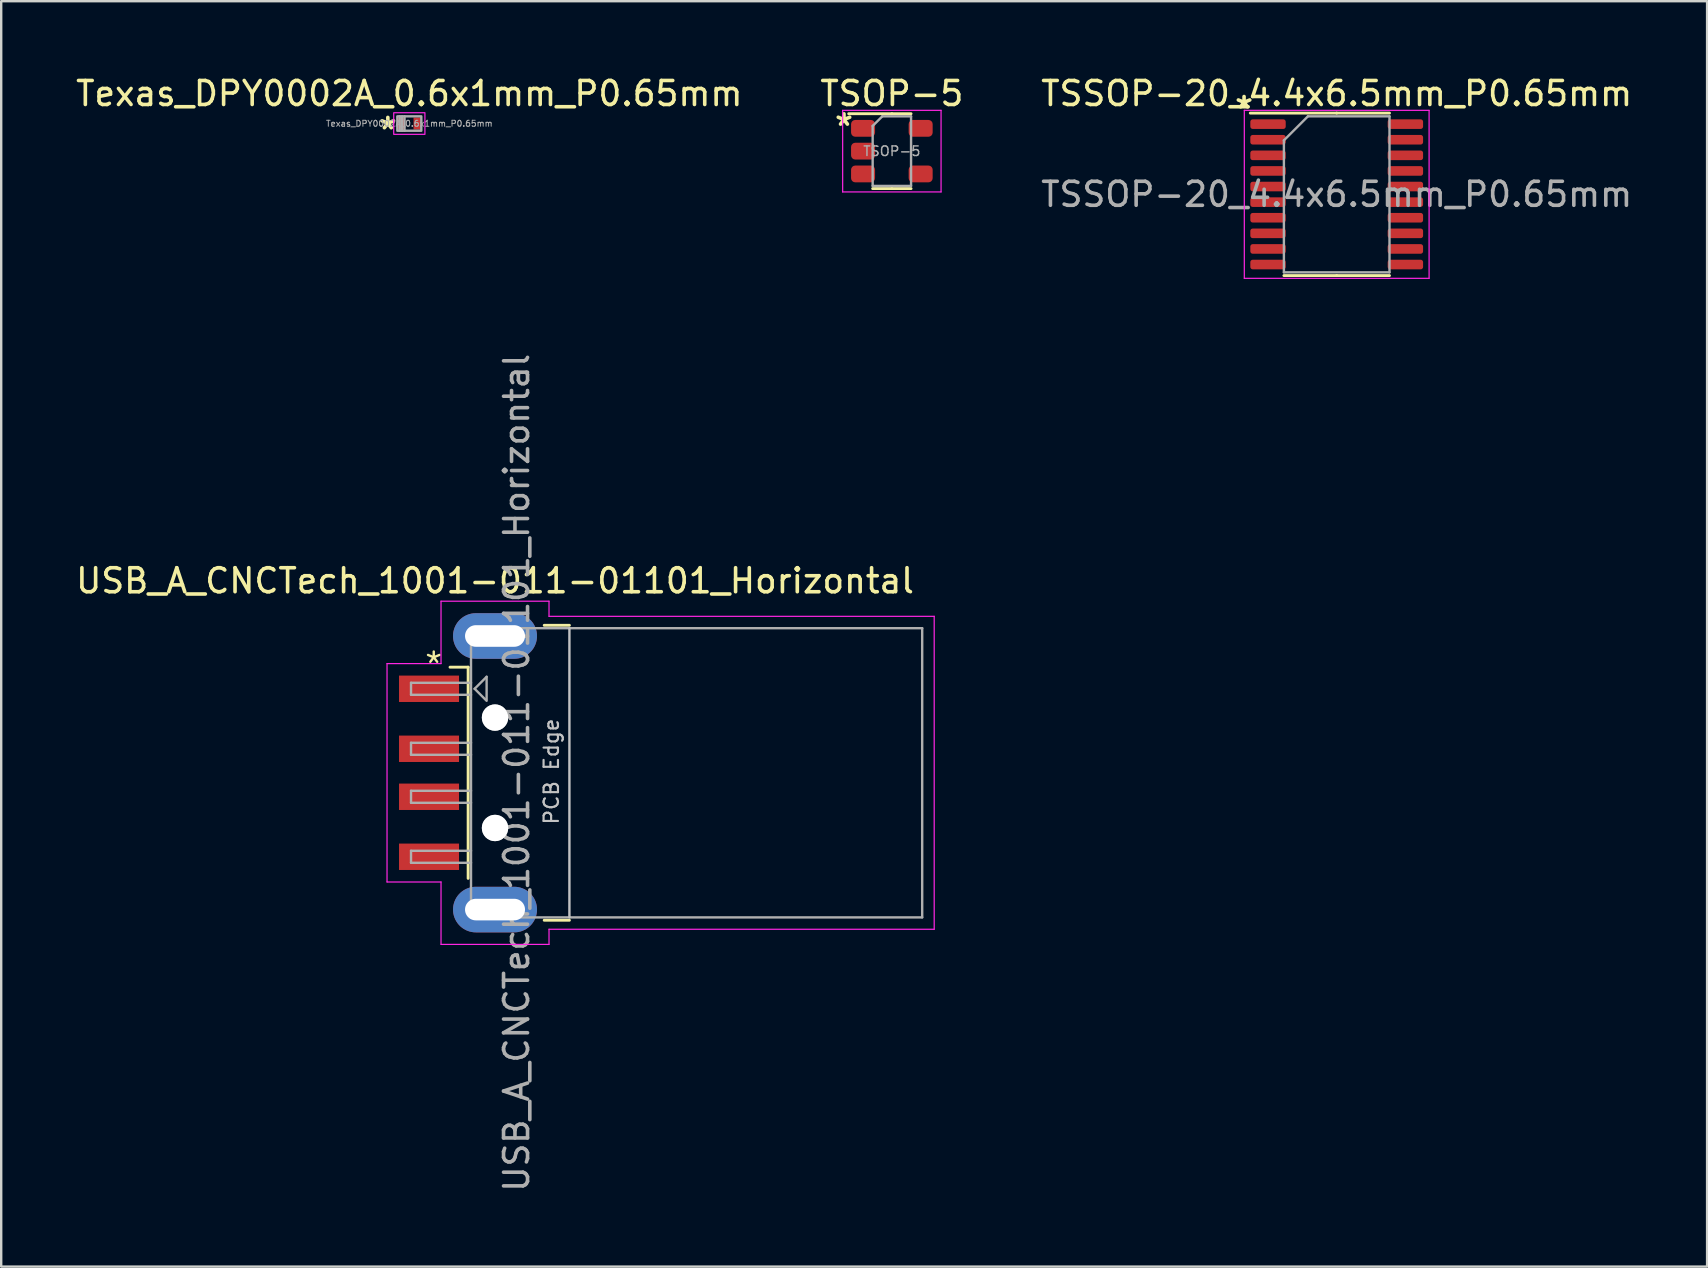
<source format=kicad_pcb>
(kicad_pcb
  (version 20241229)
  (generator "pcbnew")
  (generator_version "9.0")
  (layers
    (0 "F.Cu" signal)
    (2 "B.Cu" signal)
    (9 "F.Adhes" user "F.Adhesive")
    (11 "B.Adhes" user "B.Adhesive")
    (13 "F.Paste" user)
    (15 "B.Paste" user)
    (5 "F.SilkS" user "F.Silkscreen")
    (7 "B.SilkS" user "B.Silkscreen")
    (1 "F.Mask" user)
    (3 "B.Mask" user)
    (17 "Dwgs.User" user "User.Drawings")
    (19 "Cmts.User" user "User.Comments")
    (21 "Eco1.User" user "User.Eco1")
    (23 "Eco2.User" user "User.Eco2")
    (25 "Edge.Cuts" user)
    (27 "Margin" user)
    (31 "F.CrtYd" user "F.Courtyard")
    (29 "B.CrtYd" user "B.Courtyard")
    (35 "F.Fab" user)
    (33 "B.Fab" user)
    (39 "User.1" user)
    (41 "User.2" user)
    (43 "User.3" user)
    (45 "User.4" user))
  (footprint "TSSOP-20_4.4x6.5mm_P0.65mm"
    (layer "F.Cu")
    (at 52.649 5.048)
    (property "Reference" "TSSOP-20_4.4x6.5mm_P0.65mm" (at 0 -4.2 0) (layer "F.SilkS") (effects (font (size 1 1) (thickness 0.15))))
    (attr smd)
    (fp_line (start 0 -3.385) (end -3.6 -3.385) (stroke (width 0.12) (type solid)) (layer "F.SilkS"))
    (fp_line (start 0 -3.385) (end 2.2 -3.385) (stroke (width 0.12) (type solid)) (layer "F.SilkS"))
    (fp_line (start 0 3.385) (end -2.2 3.385) (stroke (width 0.12) (type solid)) (layer "F.SilkS"))
    (fp_line (start 0 3.385) (end 2.2 3.385) (stroke (width 0.12) (type solid)) (layer "F.SilkS"))
    (fp_line (start -3.85 -3.5) (end -3.85 3.5) (stroke (width 0.05) (type solid)) (layer "F.CrtYd"))
    (fp_line (start -3.85 3.5) (end 3.85 3.5) (stroke (width 0.05) (type solid)) (layer "F.CrtYd"))
    (fp_line (start 3.85 -3.5) (end -3.85 -3.5) (stroke (width 0.05) (type solid)) (layer "F.CrtYd"))
    (fp_line (start 3.85 3.5) (end 3.85 -3.5) (stroke (width 0.05) (type solid)) (layer "F.CrtYd"))
    (fp_line (start -2.2 -2.25) (end -1.2 -3.25) (stroke (width 0.1) (type solid)) (layer "F.Fab"))
    (fp_line (start -2.2 3.25) (end -2.2 -2.25) (stroke (width 0.1) (type solid)) (layer "F.Fab"))
    (fp_line (start -1.2 -3.25) (end 2.2 -3.25) (stroke (width 0.1) (type solid)) (layer "F.Fab"))
    (fp_line (start 2.2 -3.25) (end 2.2 3.25) (stroke (width 0.1) (type solid)) (layer "F.Fab"))
    (fp_line (start 2.2 3.25) (end -2.2 3.25) (stroke (width 0.1) (type solid)) (layer "F.Fab"))
    (fp_text user "*" (at -3.86 -3.53 0) (layer "F.SilkS") (effects (font (size 1 1) (thickness 0.15))))
    (fp_text user "${REFERENCE}" (at 0 0 0) (layer "F.Fab") (effects (font (size 1 1) (thickness 0.15))))
    (pad "1" smd roundrect (at -2.862 -2.925) (size 1.475 0.4) (layers "F.Cu" "F.Mask" "F.Paste") (roundrect_rratio 0.25))
    (pad "2" smd roundrect (at -2.862 -2.275) (size 1.475 0.4) (layers "F.Cu" "F.Mask" "F.Paste") (roundrect_rratio 0.25))
    (pad "3" smd roundrect (at -2.862 -1.625) (size 1.475 0.4) (layers "F.Cu" "F.Mask" "F.Paste") (roundrect_rratio 0.25))
    (pad "4" smd roundrect (at -2.862 -0.975) (size 1.475 0.4) (layers "F.Cu" "F.Mask" "F.Paste") (roundrect_rratio 0.25))
    (pad "5" smd roundrect (at -2.862 -0.325) (size 1.475 0.4) (layers "F.Cu" "F.Mask" "F.Paste") (roundrect_rratio 0.25))
    (pad "6" smd roundrect (at -2.862 0.325) (size 1.475 0.4) (layers "F.Cu" "F.Mask" "F.Paste") (roundrect_rratio 0.25))
    (pad "7" smd roundrect (at -2.862 0.975) (size 1.475 0.4) (layers "F.Cu" "F.Mask" "F.Paste") (roundrect_rratio 0.25))
    (pad "8" smd roundrect (at -2.862 1.625) (size 1.475 0.4) (layers "F.Cu" "F.Mask" "F.Paste") (roundrect_rratio 0.25))
    (pad "9" smd roundrect (at -2.862 2.275) (size 1.475 0.4) (layers "F.Cu" "F.Mask" "F.Paste") (roundrect_rratio 0.25))
    (pad "10" smd roundrect (at -2.862 2.925) (size 1.475 0.4) (layers "F.Cu" "F.Mask" "F.Paste") (roundrect_rratio 0.25))
    (pad "11" smd roundrect (at 2.862 2.925) (size 1.475 0.4) (layers "F.Cu" "F.Mask" "F.Paste") (roundrect_rratio 0.25))
    (pad "12" smd roundrect (at 2.862 2.275) (size 1.475 0.4) (layers "F.Cu" "F.Mask" "F.Paste") (roundrect_rratio 0.25))
    (pad "13" smd roundrect (at 2.862 1.625) (size 1.475 0.4) (layers "F.Cu" "F.Mask" "F.Paste") (roundrect_rratio 0.25))
    (pad "14" smd roundrect (at 2.862 0.975) (size 1.475 0.4) (layers "F.Cu" "F.Mask" "F.Paste") (roundrect_rratio 0.25))
    (pad "15" smd roundrect (at 2.862 0.325) (size 1.475 0.4) (layers "F.Cu" "F.Mask" "F.Paste") (roundrect_rratio 0.25))
    (pad "16" smd roundrect (at 2.862 -0.325) (size 1.475 0.4) (layers "F.Cu" "F.Mask" "F.Paste") (roundrect_rratio 0.25))
    (pad "17" smd roundrect (at 2.862 -0.975) (size 1.475 0.4) (layers "F.Cu" "F.Mask" "F.Paste") (roundrect_rratio 0.25))
    (pad "18" smd roundrect (at 2.862 -1.625) (size 1.475 0.4) (layers "F.Cu" "F.Mask" "F.Paste") (roundrect_rratio 0.25))
    (pad "19" smd roundrect (at 2.862 -2.275) (size 1.475 0.4) (layers "F.Cu" "F.Mask" "F.Paste") (roundrect_rratio 0.25))
    (pad "20" smd roundrect (at 2.862 -2.925) (size 1.475 0.4) (layers "F.Cu" "F.Mask" "F.Paste") (roundrect_rratio 0.25)))
  (footprint "TSOP-5"
    (layer "F.Cu")
    (at 34.113 3.248)
    (property "Reference" "TSOP-5" (at 0 -2.4 0) (layer "F.SilkS") (effects (font (size 1 1) (thickness 0.15))))
    (attr smd)
    (fp_line (start 0 -1.56) (end -1.8 -1.56) (stroke (width 0.12) (type solid)) (layer "F.SilkS"))
    (fp_line (start 0 -1.56) (end 0.8 -1.56) (stroke (width 0.12) (type solid)) (layer "F.SilkS"))
    (fp_line (start 0 1.56) (end -0.8 1.56) (stroke (width 0.12) (type solid)) (layer "F.SilkS"))
    (fp_line (start 0 1.56) (end 0.8 1.56) (stroke (width 0.12) (type solid)) (layer "F.SilkS"))
    (fp_line (start -2.05 -1.7) (end -2.05 1.7) (stroke (width 0.05) (type solid)) (layer "F.CrtYd"))
    (fp_line (start -2.05 1.7) (end 2.05 1.7) (stroke (width 0.05) (type solid)) (layer "F.CrtYd"))
    (fp_line (start 2.05 -1.7) (end -2.05 -1.7) (stroke (width 0.05) (type solid)) (layer "F.CrtYd"))
    (fp_line (start 2.05 1.7) (end 2.05 -1.7) (stroke (width 0.05) (type solid)) (layer "F.CrtYd"))
    (fp_line (start -0.8 -1.05) (end -0.4 -1.45) (stroke (width 0.1) (type solid)) (layer "F.Fab"))
    (fp_line (start -0.8 1.45) (end -0.8 -1.05) (stroke (width 0.1) (type solid)) (layer "F.Fab"))
    (fp_line (start -0.4 -1.45) (end 0.8 -1.45) (stroke (width 0.1) (type solid)) (layer "F.Fab"))
    (fp_line (start 0.8 -1.45) (end 0.8 1.45) (stroke (width 0.1) (type solid)) (layer "F.Fab"))
    (fp_line (start 0.8 1.45) (end -0.8 1.45) (stroke (width 0.1) (type solid)) (layer "F.Fab"))
    (fp_text user "*" (at -2.475 -0.425 0) (unlocked yes) (layer "F.SilkS") (effects (font (size 1 1) (thickness 0.15)) (justify left bottom)))
    (fp_text user "${REFERENCE}" (at 0 0 0) (layer "F.Fab") (effects (font (size 0.4 0.4) (thickness 0.06))))
    (pad "1" smd roundrect (at -1.2 -0.95) (size 1 0.7) (layers "F.Cu" "F.Mask" "F.Paste") (roundrect_rratio 0.25))
    (pad "2" smd roundrect (at -1.2 0) (size 1 0.7) (layers "F.Cu" "F.Mask" "F.Paste") (roundrect_rratio 0.25))
    (pad "3" smd roundrect (at -1.2 0.95) (size 1 0.7) (layers "F.Cu" "F.Mask" "F.Paste") (roundrect_rratio 0.25))
    (pad "4" smd roundrect (at 1.2 0.95) (size 1 0.7) (layers "F.Cu" "F.Mask" "F.Paste") (roundrect_rratio 0.25))
    (pad "5" smd roundrect (at 1.2 -0.95) (size 1 0.7) (layers "F.Cu" "F.Mask" "F.Paste") (roundrect_rratio 0.25)))
  (footprint "Texas_DPY0002A_0.6x1mm_P0.65mm"
    (layer "F.Cu")
    (at 14.006 2.098)
    (property "Reference" "Texas_DPY0002A_0.6x1mm_P0.65mm" (at 0 -1.25 0) (unlocked yes) (layer "F.SilkS") (effects (font (size 1 1) (thickness 0.15))))
    (attr smd)
    (fp_rect (start -0.65 -0.45) (end 0.65 0.45) (stroke (width 0.05) (type solid)) (fill no) (layer "F.CrtYd"))
    (fp_line (start -0.4 0.3) (end -0.4 -0.3) (stroke (width 0.1) (type solid)) (layer "F.Fab"))
    (fp_line (start -0.3 0.3) (end -0.3 -0.3) (stroke (width 0.1) (type solid)) (layer "F.Fab"))
    (fp_line (start -0.2 0.3) (end -0.2 -0.3) (stroke (width 0.1) (type solid)) (layer "F.Fab"))
    (fp_rect (start -0.5 -0.3) (end 0.5 0.3) (stroke (width 0.1) (type solid)) (fill no) (layer "F.Fab"))
    (fp_text user "*" (at -1.375 0.875 0) (unlocked yes) (layer "F.SilkS") (effects (font (size 1 1) (thickness 0.15)) (justify left bottom)))
    (fp_text user "${REFERENCE}" (at 0 0 0) (layer "F.Fab") (effects (font (size 0.25 0.25) (thickness 0.04))))
    (pad "1" smd rect (at -0.325 0) (size 0.3 0.5) (layers "F.Cu" "F.Mask" "F.Paste"))
    (pad "2" smd rect (at 0.325 0) (size 0.3 0.5) (layers "F.Cu" "F.Mask" "F.Paste")))
  (footprint "USB_A_CNCTech_1001-011-01101_Horizontal"
    (layer "F.Cu")
    (at 24.477 29.151)
    (property "Reference" "USB_A_CNCTech_1001-011-01101_Horizontal" (at -6.9 -8 0) (layer "F.SilkS") (effects (font (size 1 1) (thickness 0.15))))
    (attr smd)
    (fp_line (start -8.02 -4.4) (end -8.775 -4.4) (stroke (width 0.12) (type solid)) (layer "F.SilkS"))
    (fp_line (start -8.02 -4.4) (end -8.02 4.4) (stroke (width 0.12) (type solid)) (layer "F.SilkS"))
    (fp_line (start -4.85 -6.145) (end -3.8 -6.145) (stroke (width 0.12) (type solid)) (layer "F.SilkS"))
    (fp_line (start -4.85 6.145) (end -3.8 6.145) (stroke (width 0.12) (type solid)) (layer "F.SilkS"))
    (fp_line (start -3.8 6.025) (end -3.8 -6.025) (stroke (width 0.1) (type solid)) (layer "Dwgs.User"))
    (fp_line (start -11.4 -4.55) (end -9.15 -4.55) (stroke (width 0.05) (type solid)) (layer "F.CrtYd"))
    (fp_line (start -11.4 4.55) (end -11.4 -4.55) (stroke (width 0.05) (type solid)) (layer "F.CrtYd"))
    (fp_line (start -11.4 4.55) (end -9.15 4.55) (stroke (width 0.05) (type solid)) (layer "F.CrtYd"))
    (fp_line (start -9.15 -7.15) (end -9.15 -4.55) (stroke (width 0.05) (type solid)) (layer "F.CrtYd"))
    (fp_line (start -9.15 -7.15) (end -4.65 -7.15) (stroke (width 0.05) (type solid)) (layer "F.CrtYd"))
    (fp_line (start -9.15 4.55) (end -9.15 7.15) (stroke (width 0.05) (type solid)) (layer "F.CrtYd"))
    (fp_line (start -9.15 7.15) (end -4.65 7.15) (stroke (width 0.05) (type solid)) (layer "F.CrtYd"))
    (fp_line (start -4.65 -6.52) (end -4.65 -7.15) (stroke (width 0.05) (type solid)) (layer "F.CrtYd"))
    (fp_line (start -4.65 -6.52) (end 11.4 -6.52) (stroke (width 0.05) (type solid)) (layer "F.CrtYd"))
    (fp_line (start -4.65 6.52) (end 11.4 6.52) (stroke (width 0.05) (type solid)) (layer "F.CrtYd"))
    (fp_line (start -4.65 7.15) (end -4.65 6.52) (stroke (width 0.05) (type solid)) (layer "F.CrtYd"))
    (fp_line (start 11.4 6.52) (end 11.4 -6.52) (stroke (width 0.05) (type solid)) (layer "F.CrtYd"))
    (fp_line (start -10.4 -3.75) (end -7.9 -3.75) (stroke (width 0.1) (type solid)) (layer "F.Fab"))
    (fp_line (start -10.4 -3.25) (end -10.4 -3.75) (stroke (width 0.1) (type solid)) (layer "F.Fab"))
    (fp_line (start -10.4 -3.25) (end -7.9 -3.25) (stroke (width 0.1) (type solid)) (layer "F.Fab"))
    (fp_line (start -10.4 -1.25) (end -7.9 -1.25) (stroke (width 0.1) (type solid)) (layer "F.Fab"))
    (fp_line (start -10.4 -0.75) (end -10.4 -1.25) (stroke (width 0.1) (type solid)) (layer "F.Fab"))
    (fp_line (start -10.4 -0.75) (end -7.9 -0.75) (stroke (width 0.1) (type solid)) (layer "F.Fab"))
    (fp_line (start -10.4 0.75) (end -7.9 0.75) (stroke (width 0.1) (type solid)) (layer "F.Fab"))
    (fp_line (start -10.4 1.25) (end -10.4 0.75) (stroke (width 0.1) (type solid)) (layer "F.Fab"))
    (fp_line (start -10.4 1.25) (end -7.9 1.25) (stroke (width 0.1) (type solid)) (layer "F.Fab"))
    (fp_line (start -10.4 3.25) (end -7.9 3.25) (stroke (width 0.1) (type solid)) (layer "F.Fab"))
    (fp_line (start -10.4 3.75) (end -10.4 3.25) (stroke (width 0.1) (type solid)) (layer "F.Fab"))
    (fp_line (start -10.4 3.75) (end -7.9 3.75) (stroke (width 0.1) (type solid)) (layer "F.Fab"))
    (fp_line (start -7.9 -6.025) (end 10.9 -6.025) (stroke (width 0.1) (type solid)) (layer "F.Fab"))
    (fp_line (start -7.9 6.025) (end -7.9 -6.025) (stroke (width 0.1) (type solid)) (layer "F.Fab"))
    (fp_line (start -7.9 6.025) (end 10.9 6.025) (stroke (width 0.1) (type solid)) (layer "F.Fab"))
    (fp_line (start -7.75 -3.5) (end -7.25 -4) (stroke (width 0.1) (type solid)) (layer "F.Fab"))
    (fp_line (start -7.75 -3.5) (end -7.25 -3) (stroke (width 0.1) (type solid)) (layer "F.Fab"))
    (fp_line (start -7.25 -4) (end -7.25 -3.05) (stroke (width 0.1) (type solid)) (layer "F.Fab"))
    (fp_line (start 10.9 6.025) (end 10.9 -6.025) (stroke (width 0.1) (type solid)) (layer "F.Fab"))
    (fp_circle (center -6.9 -2.3) (end -6.9 -2.8) (stroke (width 0.1) (type solid)) (fill no) (layer "F.Fab"))
    (fp_circle (center -6.9 2.3) (end -6.9 2.8) (stroke (width 0.1) (type solid)) (fill no) (layer "F.Fab"))
    (fp_text user "*" (at -9.9 -3.925 0) (unlocked yes) (layer "F.SilkS") (effects (font (size 1 1) (thickness 0.1)) (justify left bottom)))
    (fp_text user "PCB Edge" (at -4.55 -0.05 90) (layer "Dwgs.User") (effects (font (size 0.6 0.6) (thickness 0.09))))
    (fp_text user "${REFERENCE}" (at -6 0 90) (layer "F.Fab") (effects (font (size 1 1) (thickness 0.15))))
    (pad "" np_thru_hole circle (at -6.9 -2.3) (size 1.1 1.1) (drill 1.1) (layers "*.Cu" "*.Mask"))
    (pad "" np_thru_hole circle (at -6.9 2.3) (size 1.1 1.1) (drill 1.1) (layers "*.Cu" "*.Mask"))
    (pad "1" smd rect (at -9.65 -3.5) (size 2.5 1.1) (layers "F.Cu" "F.Mask" "F.Paste"))
    (pad "2" smd rect (at -9.65 -1) (size 2.5 1.1) (layers "F.Cu" "F.Mask" "F.Paste"))
    (pad "3" smd rect (at -9.65 1) (size 2.5 1.1) (layers "F.Cu" "F.Mask" "F.Paste"))
    (pad "4" smd rect (at -9.65 3.5) (size 2.5 1.1) (layers "F.Cu" "F.Mask" "F.Paste"))
    (pad "5" thru_hole oval (at -6.9 -5.7) (size 3.5 1.9) (drill oval 2.5 0.9) (layers "*.Cu" "*.Mask"))
    (pad "5" thru_hole oval (at -6.9 5.7) (size 3.5 1.9) (drill oval 2.5 0.9) (layers "*.Cu" "*.Mask")))
  (gr_rect
    (start -3 -3)
    (end 68.083 49.728)
    (stroke (width 0.1) (type default))
    (fill no)
    (layer "Edge.Cuts")))
</source>
